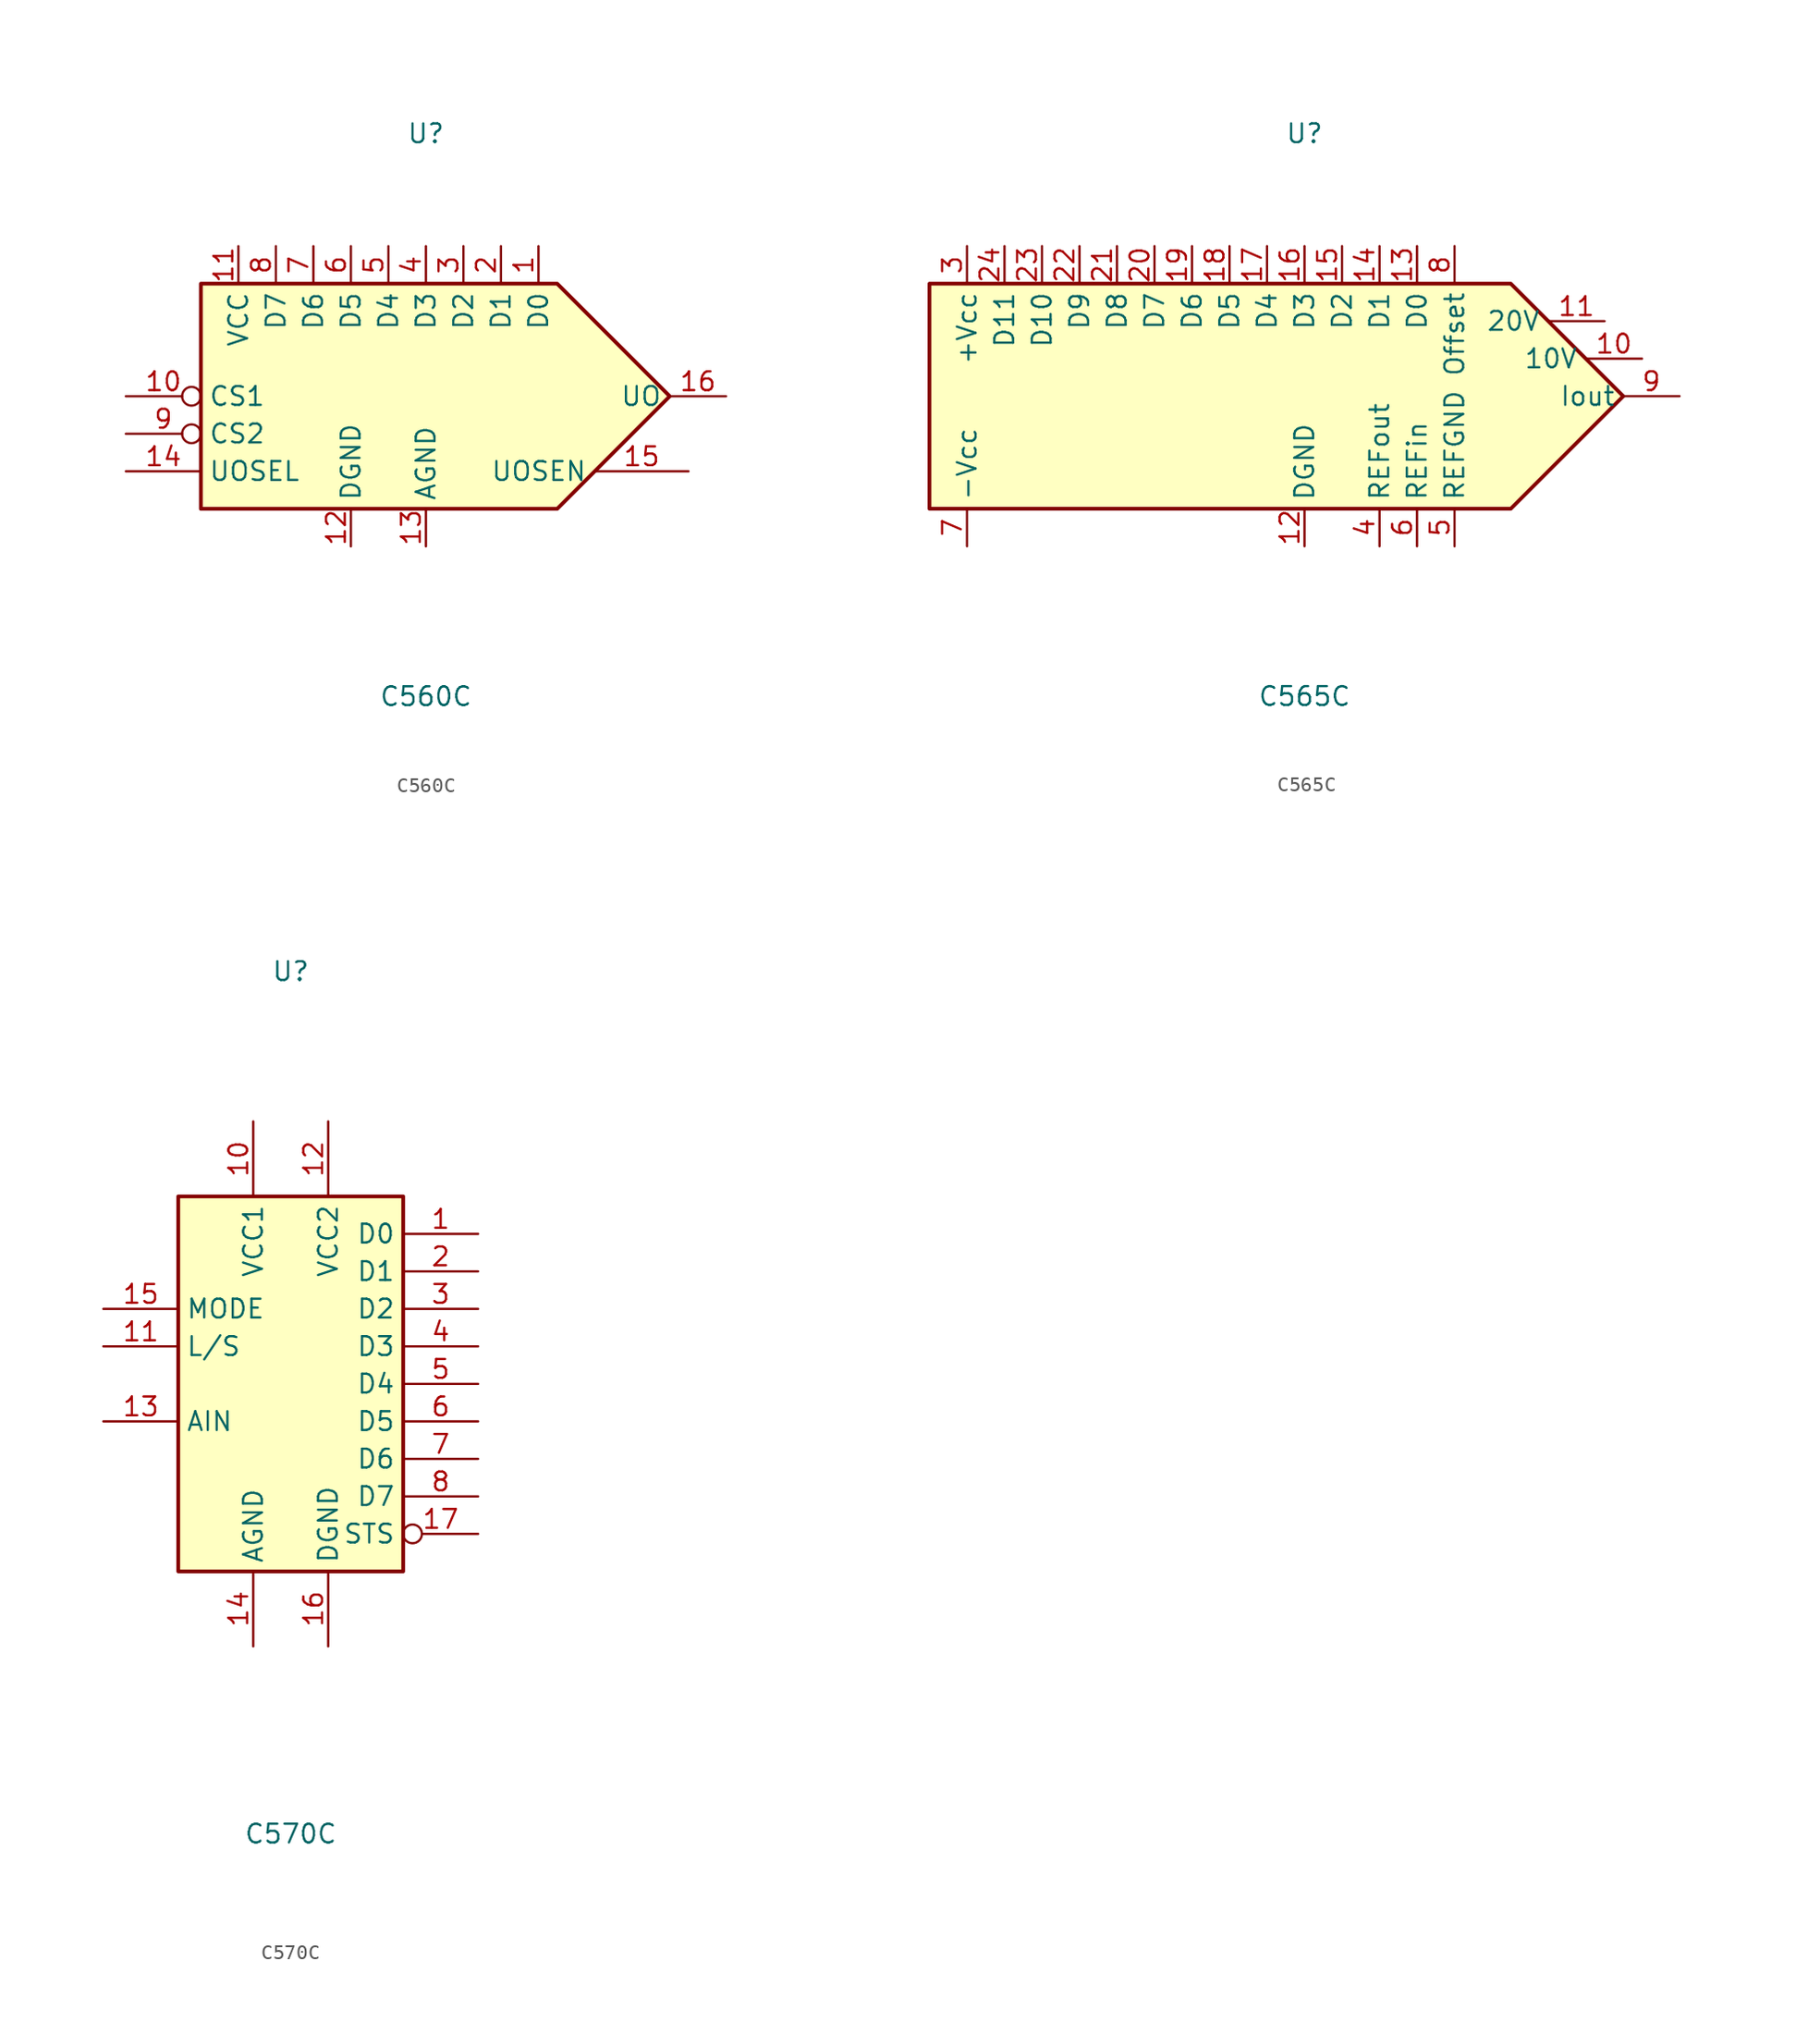
<source format=kicad_sym>
(kicad_symbol_lib
  (version 20241209)
  (generator "kicad_symbol_editor")
  (generator_version "9.0")
  (symbol "C560C"
    (property "Reference" "U"
      (at 0 17.78 0)
      (effects (font (size 1.27 1.27))))
    (property "Value" "C560C"
      (at 0 -20.32 0)
      (effects (font (size 1.27 1.27))))
    (symbol "C560C_1_1"
      (polyline (pts (xy -15.24 7.62) (xy 8.89 7.62) (xy 16.51 0) (xy 8.89 -7.62) (xy -15.24 -7.62) (xy -15.24 7.62)) (stroke (width 0.254) (type default)) (fill (type background)))
      (pin input inverted (at -20.32 0 0) (length 5.08) (name "CS1" (effects (font (size 1.27 1.27)))) (number "10" (effects (font (size 1.27 1.27)))))
      (pin input inverted (at -20.32 -2.54 0) (length 5.08) (name "CS2" (effects (font (size 1.27 1.27)))) (number "9" (effects (font (size 1.27 1.27)))))
      (pin input line (at -20.32 -5.08 0) (length 5.08) (name "UOSEL" (effects (font (size 1.27 1.27)))) (number "14" (effects (font (size 1.27 1.27)))))
      (pin power_in line (at -12.7 10.16 270) (length 2.54) (name "VCC" (effects (font (size 1.27 1.27)))) (number "11" (effects (font (size 1.27 1.27)))))
      (pin input line (at -10.16 10.16 270) (length 2.54) (name "D7" (effects (font (size 1.27 1.27)))) (number "8" (effects (font (size 1.27 1.27)))))
      (pin input line (at -7.62 10.16 270) (length 2.54) (name "D6" (effects (font (size 1.27 1.27)))) (number "7" (effects (font (size 1.27 1.27)))))
      (pin input line (at -5.08 10.16 270) (length 2.54) (name "D5" (effects (font (size 1.27 1.27)))) (number "6" (effects (font (size 1.27 1.27)))))
      (pin power_in line (at -5.08 -10.16 90) (length 2.54) (name "DGND" (effects (font (size 1.27 1.27)))) (number "12" (effects (font (size 1.27 1.27)))))
      (pin input line (at -2.54 10.16 270) (length 2.54) (name "D4" (effects (font (size 1.27 1.27)))) (number "5" (effects (font (size 1.27 1.27)))))
      (pin input line (at 0 10.16 270) (length 2.54) (name "D3" (effects (font (size 1.27 1.27)))) (number "4" (effects (font (size 1.27 1.27)))))
      (pin power_in line (at 0 -10.16 90) (length 2.54) (name "AGND" (effects (font (size 1.27 1.27)))) (number "13" (effects (font (size 1.27 1.27)))))
      (pin input line (at 2.54 10.16 270) (length 2.54) (name "D2" (effects (font (size 1.27 1.27)))) (number "3" (effects (font (size 1.27 1.27)))))
      (pin input line (at 5.08 10.16 270) (length 2.54) (name "D1" (effects (font (size 1.27 1.27)))) (number "2" (effects (font (size 1.27 1.27)))))
      (pin input line (at 7.62 10.16 270) (length 2.54) (name "D0" (effects (font (size 1.27 1.27)))) (number "1" (effects (font (size 1.27 1.27)))))
      (pin input line (at 17.78 -5.08 180) (length 6.35) (name "UOSEN" (effects (font (size 1.27 1.27)))) (number "15" (effects (font (size 1.27 1.27)))))
      (pin output line (at 20.32 0 180) (length 3.81) (name "UO" (effects (font (size 1.27 1.27)))) (number "16" (effects (font (size 1.27 1.27)))))))
  (symbol "C565C"
    (property "Reference" "U"
      (at 0 17.78 0)
      (effects (font (size 1.27 1.27))))
    (property "Value" "C565C"
      (at 0 -20.32 0)
      (effects (font (size 1.27 1.27))))
    (symbol "C565C_1_1"
      (polyline (pts (xy -25.4 7.62) (xy 13.97 7.62) (xy 21.59 0) (xy 13.97 -7.62) (xy -25.4 -7.62) (xy -25.4 7.62)) (stroke (width 0.254) (type default)) (fill (type background)))
      (pin no_connect line (at -25.4 0 0) (length 2.54) (hide yes) (name "~" (effects (font (size 1.27 1.27)))) (number "1" (effects (font (size 1.27 1.27)))))
      (pin no_connect line (at -25.4 -2.54 0) (length 2.54) (hide yes) (name "~" (effects (font (size 1.27 1.27)))) (number "2" (effects (font (size 1.27 1.27)))))
      (pin power_in line (at -22.86 10.16 270) (length 2.54) (name "+Vcc" (effects (font (size 1.27 1.27)))) (number "3" (effects (font (size 1.27 1.27)))))
      (pin input line (at -22.86 -10.16 90) (length 2.54) (name "-Vcc" (effects (font (size 1.27 1.27)))) (number "7" (effects (font (size 1.27 1.27)))))
      (pin input line (at -20.32 10.16 270) (length 2.54) (name "D11" (effects (font (size 1.27 1.27)))) (number "24" (effects (font (size 1.27 1.27)))))
      (pin input line (at -17.78 10.16 270) (length 2.54) (name "D10" (effects (font (size 1.27 1.27)))) (number "23" (effects (font (size 1.27 1.27)))))
      (pin input line (at -15.24 10.16 270) (length 2.54) (name "D9" (effects (font (size 1.27 1.27)))) (number "22" (effects (font (size 1.27 1.27)))))
      (pin input line (at -12.7 10.16 270) (length 2.54) (name "D8" (effects (font (size 1.27 1.27)))) (number "21" (effects (font (size 1.27 1.27)))))
      (pin input line (at -10.16 10.16 270) (length 2.54) (name "D7" (effects (font (size 1.27 1.27)))) (number "20" (effects (font (size 1.27 1.27)))))
      (pin input line (at -7.62 10.16 270) (length 2.54) (name "D6" (effects (font (size 1.27 1.27)))) (number "19" (effects (font (size 1.27 1.27)))))
      (pin input line (at -5.08 10.16 270) (length 2.54) (name "D5" (effects (font (size 1.27 1.27)))) (number "18" (effects (font (size 1.27 1.27)))))
      (pin input line (at -2.54 10.16 270) (length 2.54) (name "D4" (effects (font (size 1.27 1.27)))) (number "17" (effects (font (size 1.27 1.27)))))
      (pin input line (at 0 10.16 270) (length 2.54) (name "D3" (effects (font (size 1.27 1.27)))) (number "16" (effects (font (size 1.27 1.27)))))
      (pin power_in line (at 0 -10.16 90) (length 2.54) (name "DGND" (effects (font (size 1.27 1.27)))) (number "12" (effects (font (size 1.27 1.27)))))
      (pin input line (at 2.54 10.16 270) (length 2.54) (name "D2" (effects (font (size 1.27 1.27)))) (number "15" (effects (font (size 1.27 1.27)))))
      (pin input line (at 5.08 10.16 270) (length 2.54) (name "D1" (effects (font (size 1.27 1.27)))) (number "14" (effects (font (size 1.27 1.27)))))
      (pin power_out line (at 5.08 -10.16 90) (length 2.54) (name "REFout" (effects (font (size 1.27 1.27)))) (number "4" (effects (font (size 1.27 1.27)))))
      (pin input line (at 7.62 10.16 270) (length 2.54) (name "D0" (effects (font (size 1.27 1.27)))) (number "13" (effects (font (size 1.27 1.27)))))
      (pin input line (at 7.62 -10.16 90) (length 2.54) (name "REFin" (effects (font (size 1.27 1.27)))) (number "6" (effects (font (size 1.27 1.27)))))
      (pin input line (at 10.16 10.16 270) (length 2.54) (name "Offset" (effects (font (size 1.27 1.27)))) (number "8" (effects (font (size 1.27 1.27)))))
      (pin power_in line (at 10.16 -10.16 90) (length 2.54) (name "REFGND" (effects (font (size 1.27 1.27)))) (number "5" (effects (font (size 1.27 1.27)))))
      (pin output line (at 20.32 5.08 180) (length 3.81) (name "20V" (effects (font (size 1.27 1.27)))) (number "11" (effects (font (size 1.27 1.27)))))
      (pin output line (at 22.86 2.54 180) (length 3.81) (name "10V" (effects (font (size 1.27 1.27)))) (number "10" (effects (font (size 1.27 1.27)))))
      (pin output line (at 25.4 0 180) (length 3.81) (name "Iout" (effects (font (size 1.27 1.27)))) (number "9" (effects (font (size 1.27 1.27)))))))
  (symbol "C570C"
    (property "Reference" "U"
      (at 0 27.94 0)
      (effects (font (size 1.27 1.27))))
    (property "Value" "C570C"
      (at 0 -30.48 0)
      (effects (font (size 1.27 1.27))))
    (symbol "C570C_1_1"
      (rectangle (start -7.62 12.7) (end 7.62 -12.7) (stroke (width 0.254) (type default)) (fill (type background)))
      (pin input line (at -12.7 5.08 0) (length 5.08) (name "MODE" (effects (font (size 1.27 1.27)))) (number "15" (effects (font (size 1.27 1.27)))))
      (pin input line (at -12.7 2.54 0) (length 5.08) (name "L/S" (effects (font (size 1.27 1.27)))) (number "11" (effects (font (size 1.27 1.27)))))
      (pin input line (at -12.7 -2.54 0) (length 5.08) (name "AIN" (effects (font (size 1.27 1.27)))) (number "13" (effects (font (size 1.27 1.27)))))
      (pin no_connect line (at -7.62 -7.62 0) (length 2.54) (hide yes) (name "~" (effects (font (size 1.27 1.27)))) (number "9" (effects (font (size 1.27 1.27)))))
      (pin no_connect line (at -7.62 -10.16 0) (length 2.54) (hide yes) (name "~" (effects (font (size 1.27 1.27)))) (number "18" (effects (font (size 1.27 1.27)))))
      (pin power_in line (at -2.54 17.78 270) (length 5.08) (name "VCC1" (effects (font (size 1.27 1.27)))) (number "10" (effects (font (size 1.27 1.27)))))
      (pin power_in line (at -2.54 -17.78 90) (length 5.08) (name "AGND" (effects (font (size 1.27 1.27)))) (number "14" (effects (font (size 1.27 1.27)))))
      (pin power_in line (at 2.54 17.78 270) (length 5.08) (name "VCC2" (effects (font (size 1.27 1.27)))) (number "12" (effects (font (size 1.27 1.27)))))
      (pin power_in line (at 2.54 -17.78 90) (length 5.08) (name "DGND" (effects (font (size 1.27 1.27)))) (number "16" (effects (font (size 1.27 1.27)))))
      (pin output line (at 12.7 10.16 180) (length 5.08) (name "D0" (effects (font (size 1.27 1.27)))) (number "1" (effects (font (size 1.27 1.27)))))
      (pin output line (at 12.7 7.62 180) (length 5.08) (name "D1" (effects (font (size 1.27 1.27)))) (number "2" (effects (font (size 1.27 1.27)))))
      (pin output line (at 12.7 5.08 180) (length 5.08) (name "D2" (effects (font (size 1.27 1.27)))) (number "3" (effects (font (size 1.27 1.27)))))
      (pin output line (at 12.7 2.54 180) (length 5.08) (name "D3" (effects (font (size 1.27 1.27)))) (number "4" (effects (font (size 1.27 1.27)))))
      (pin output line (at 12.7 0 180) (length 5.08) (name "D4" (effects (font (size 1.27 1.27)))) (number "5" (effects (font (size 1.27 1.27)))))
      (pin output line (at 12.7 -2.54 180) (length 5.08) (name "D5" (effects (font (size 1.27 1.27)))) (number "6" (effects (font (size 1.27 1.27)))))
      (pin output line (at 12.7 -5.08 180) (length 5.08) (name "D6" (effects (font (size 1.27 1.27)))) (number "7" (effects (font (size 1.27 1.27)))))
      (pin output line (at 12.7 -7.62 180) (length 5.08) (name "D7" (effects (font (size 1.27 1.27)))) (number "8" (effects (font (size 1.27 1.27)))))
      (pin output inverted (at 12.7 -10.16 180) (length 5.08) (name "STS" (effects (font (size 1.27 1.27)))) (number "17" (effects (font (size 1.27 1.27))))))))
</source>
